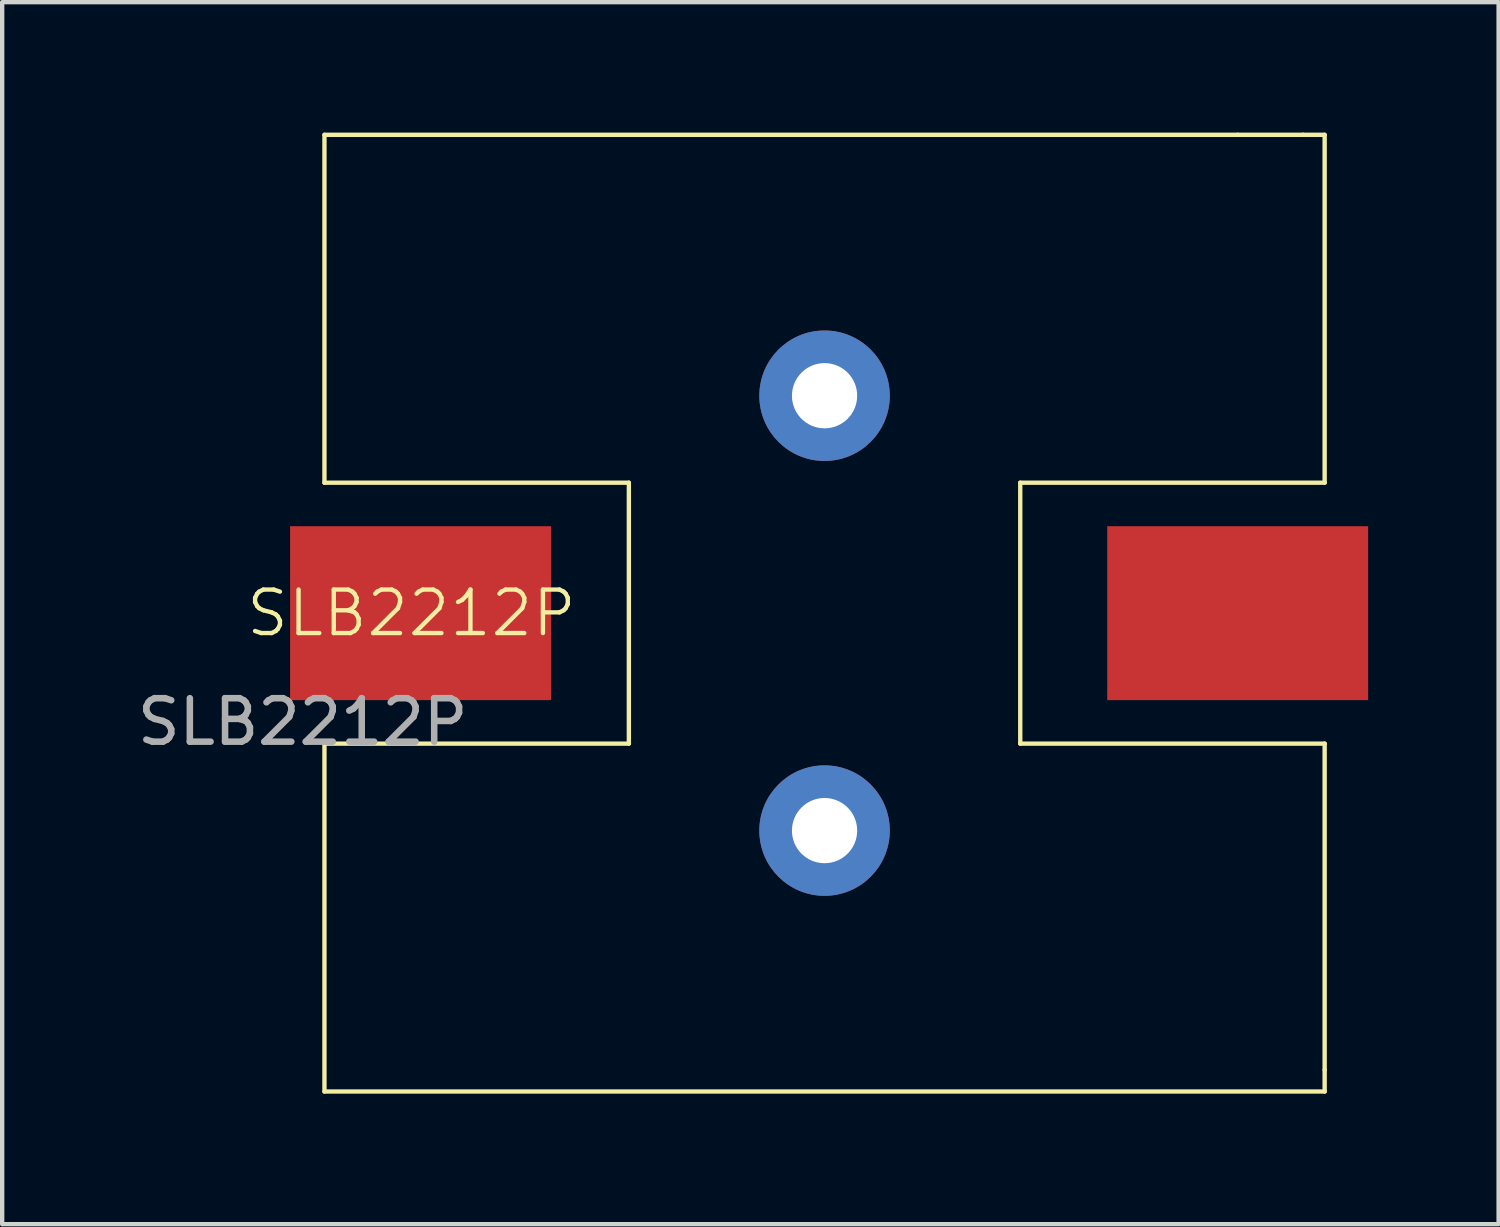
<source format=kicad_pcb>
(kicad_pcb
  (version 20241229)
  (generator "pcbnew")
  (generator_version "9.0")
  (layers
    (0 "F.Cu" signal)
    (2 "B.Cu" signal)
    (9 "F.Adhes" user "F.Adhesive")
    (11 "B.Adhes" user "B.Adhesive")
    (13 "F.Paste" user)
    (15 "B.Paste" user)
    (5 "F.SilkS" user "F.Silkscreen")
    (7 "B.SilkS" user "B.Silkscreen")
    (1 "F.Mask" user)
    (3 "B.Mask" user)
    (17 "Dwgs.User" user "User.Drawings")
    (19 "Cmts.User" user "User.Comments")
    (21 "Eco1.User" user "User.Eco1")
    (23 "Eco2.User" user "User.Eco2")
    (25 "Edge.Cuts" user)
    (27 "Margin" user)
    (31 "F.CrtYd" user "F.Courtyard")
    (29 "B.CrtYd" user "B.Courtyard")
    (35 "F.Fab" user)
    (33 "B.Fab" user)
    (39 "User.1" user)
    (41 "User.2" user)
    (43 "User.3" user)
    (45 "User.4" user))
  (footprint "SLB2212P"
    (layer "F.Cu")
    (at 6.411 11.05)
    (property "Reference" "SLB2212P" (at 0 0 0) (unlocked yes) (layer "F.SilkS") (effects (font (size 1 1) (thickness 0.1))))
    (attr smd)
    (fp_line (start -2 -11) (end -2 -3) (stroke (width 0.1) (type default)) (layer "F.SilkS"))
    (fp_line (start -2 -11) (end 19 -11) (stroke (width 0.1) (type default)) (layer "F.SilkS"))
    (fp_line (start -2 3) (end -2 11) (stroke (width 0.1) (type default)) (layer "F.SilkS"))
    (fp_line (start 14 -3) (end 14 3) (stroke (width 0.1) (type default)) (layer "F.SilkS"))
    (fp_line (start 14 3) (end 21 3) (stroke (width 0.1) (type default)) (layer "F.SilkS"))
    (fp_line (start 19 -11) (end 20.5 -11) (stroke (width 0.1) (type default)) (layer "F.SilkS"))
    (fp_line (start 20.5 -11) (end 21 -11) (stroke (width 0.1) (type default)) (layer "F.SilkS"))
    (fp_line (start 21 -11) (end 21 -3) (stroke (width 0.1) (type default)) (layer "F.SilkS"))
    (fp_line (start 21 -3) (end 14 -3) (stroke (width 0.1) (type default)) (layer "F.SilkS"))
    (fp_line (start 21 3) (end 21 10.5) (stroke (width 0.1) (type default)) (layer "F.SilkS"))
    (fp_line (start 21 10.5) (end 21 11) (stroke (width 0.1) (type default)) (layer "F.SilkS"))
    (fp_line (start 21 11) (end -2 11) (stroke (width 0.1) (type default)) (layer "F.SilkS"))
    (fp_rect (start -2 -3) (end 5 -3) (stroke (width 0.1) (type default)) (fill no) (layer "F.SilkS"))
    (fp_rect (start -2 3) (end 5 3) (stroke (width 0.1) (type default)) (fill no) (layer "F.SilkS"))
    (fp_rect (start 5 -3) (end 5 3) (stroke (width 0.1) (type default)) (fill no) (layer "F.SilkS"))
    (fp_text user "${REFERENCE}" (at -2.5 2.5 0) (unlocked yes) (layer "F.Fab") (effects (font (size 1 1) (thickness 0.15))))
    (pad "1" smd rect (at 0.21 0) (size 6 4) (layers "F.Cu" "F.Mask" "F.Paste"))
    (pad "1" thru_hole circle (at 9.5 -5) (size 3 3) (drill 1.5) (layers "*.Cu" "*.Mask"))
    (pad "2" thru_hole circle (at 9.5 5) (size 3 3) (drill 1.5) (layers "*.Cu" "*.Mask"))
    (pad "2" smd rect (at 19 0) (size 6 4) (layers "F.Cu" "F.Mask" "F.Paste")))
  (gr_rect
    (start -3 -3)
    (end 31.411 25.1)
    (stroke (width 0.1) (type default))
    (fill no)
    (layer "Edge.Cuts")))
</source>
